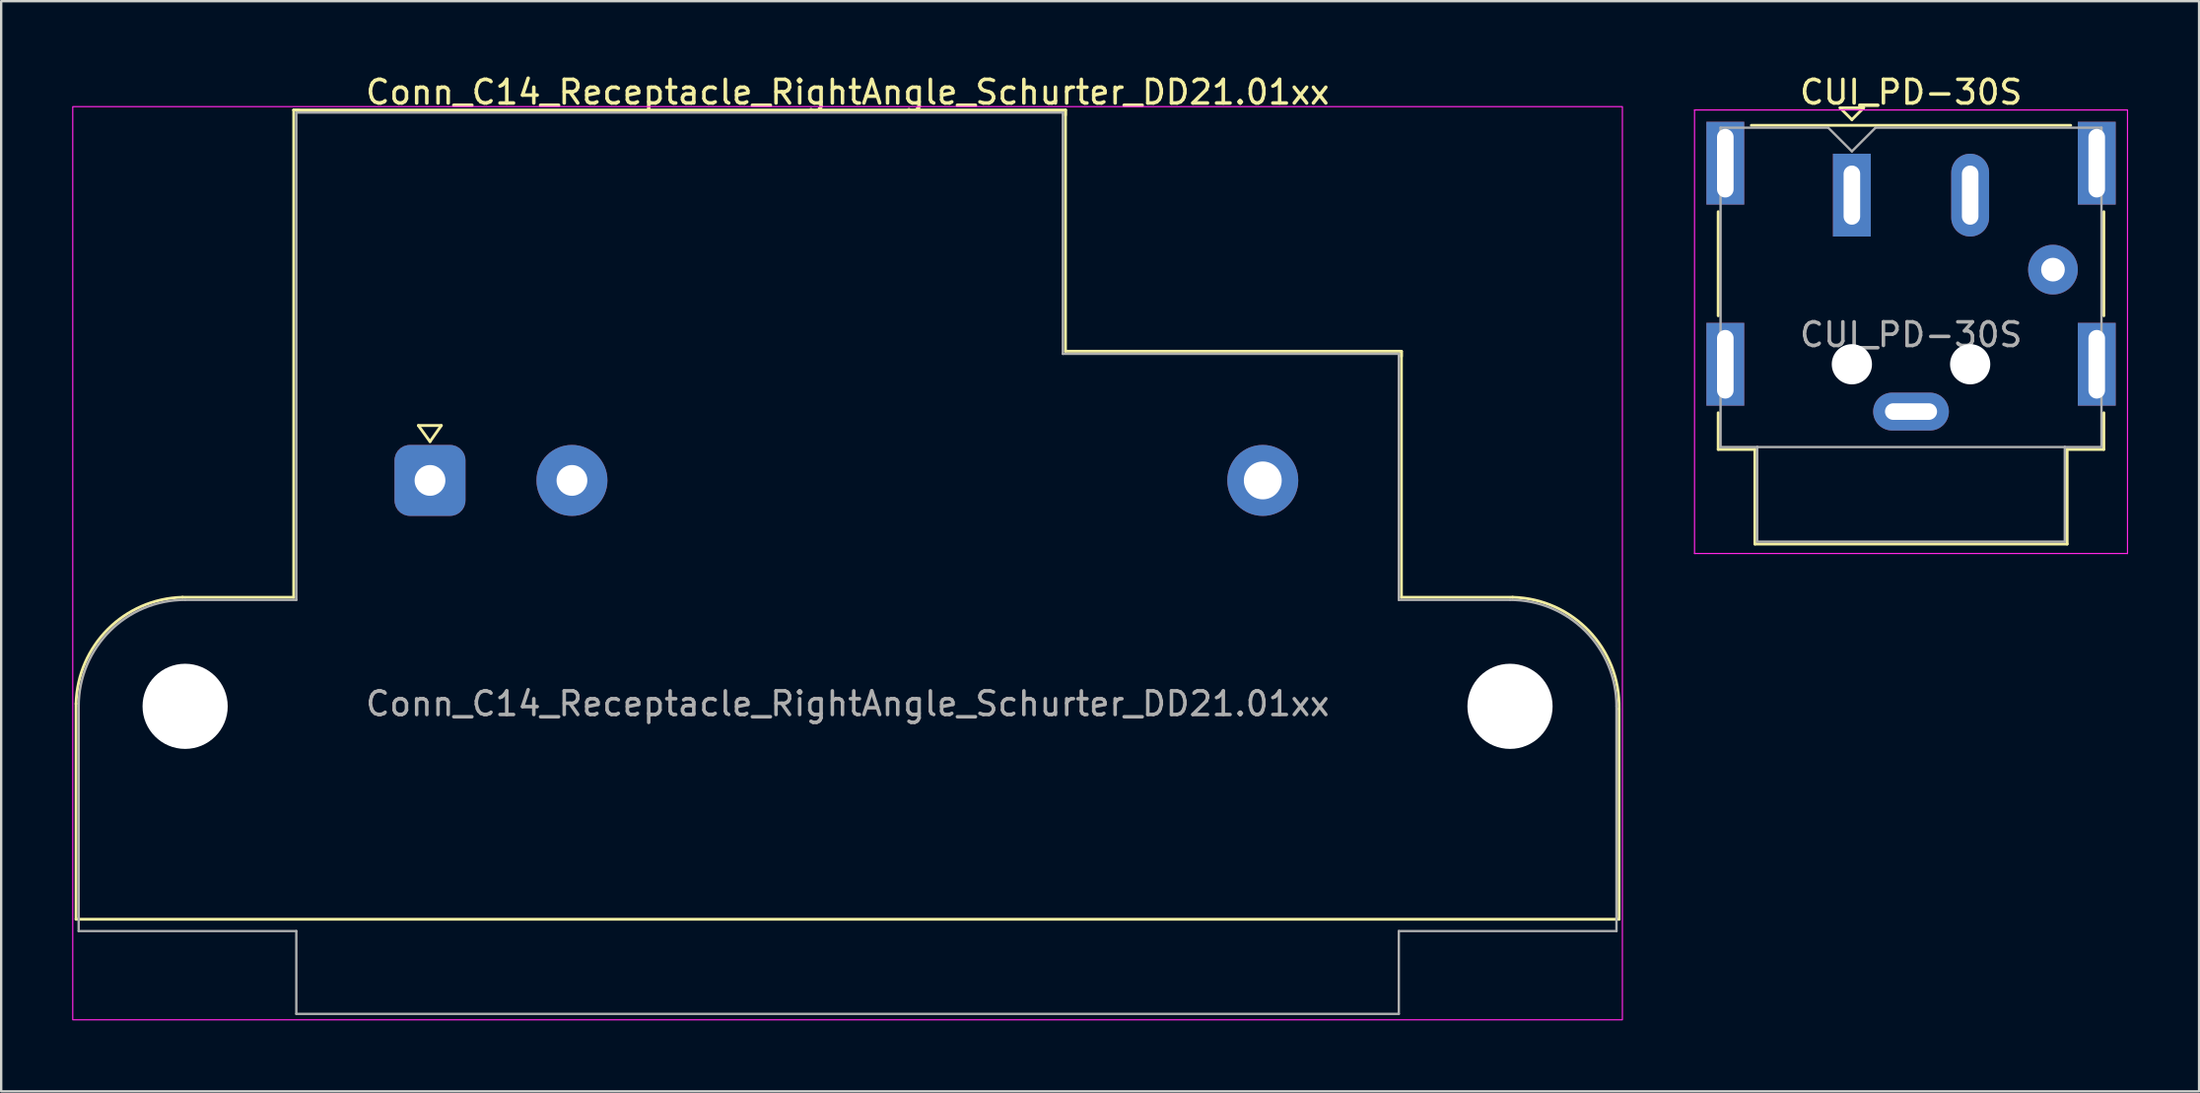
<source format=kicad_pcb>
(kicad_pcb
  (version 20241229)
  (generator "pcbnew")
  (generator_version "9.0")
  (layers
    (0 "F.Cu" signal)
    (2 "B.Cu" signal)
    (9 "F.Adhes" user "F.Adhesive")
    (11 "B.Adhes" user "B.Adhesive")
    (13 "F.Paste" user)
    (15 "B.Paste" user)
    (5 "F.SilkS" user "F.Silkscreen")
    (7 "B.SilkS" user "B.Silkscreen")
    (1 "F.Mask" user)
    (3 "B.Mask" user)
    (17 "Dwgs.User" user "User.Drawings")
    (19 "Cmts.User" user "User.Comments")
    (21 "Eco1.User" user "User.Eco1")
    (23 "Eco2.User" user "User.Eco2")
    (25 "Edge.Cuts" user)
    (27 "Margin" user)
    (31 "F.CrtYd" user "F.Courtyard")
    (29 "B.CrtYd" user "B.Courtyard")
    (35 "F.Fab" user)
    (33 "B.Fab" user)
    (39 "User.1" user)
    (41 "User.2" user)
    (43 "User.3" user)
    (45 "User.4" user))
  (footprint "CUI_PD-30S"
    (layer "F.Cu")
    (at 75.225 5.198)
    (property "Reference" "CUI_PD-30S" (at 2.5 -4.35 0) (layer "F.SilkS") (effects (font (size 1 1) (thickness 0.15))))
    (attr through_hole)
    (fp_line (start -5.65 5.1) (end -5.65 0.7) (stroke (width 0.12) (type solid)) (layer "F.SilkS"))
    (fp_line (start -5.65 10.75) (end -5.65 9.2) (stroke (width 0.12) (type solid)) (layer "F.SilkS"))
    (fp_line (start -4.25 -2.95) (end 9.25 -2.95) (stroke (width 0.12) (type solid)) (layer "F.SilkS"))
    (fp_line (start -4.1 10.75) (end -5.65 10.75) (stroke (width 0.12) (type solid)) (layer "F.SilkS"))
    (fp_line (start -4.1 14.75) (end -4.1 10.75) (stroke (width 0.12) (type solid)) (layer "F.SilkS"))
    (fp_line (start -0.5 -3.69) (end 0.5 -3.69) (stroke (width 0.12) (type solid)) (layer "F.SilkS"))
    (fp_line (start 0 -3.19) (end -0.5 -3.69) (stroke (width 0.12) (type solid)) (layer "F.SilkS"))
    (fp_line (start 0.5 -3.69) (end 0 -3.19) (stroke (width 0.12) (type solid)) (layer "F.SilkS"))
    (fp_line (start 9.1 10.75) (end 9.1 14.75) (stroke (width 0.12) (type solid)) (layer "F.SilkS"))
    (fp_line (start 9.1 14.75) (end -4.1 14.75) (stroke (width 0.12) (type solid)) (layer "F.SilkS"))
    (fp_line (start 10.65 0.7) (end 10.65 5.1) (stroke (width 0.12) (type solid)) (layer "F.SilkS"))
    (fp_line (start 10.65 9.2) (end 10.65 10.75) (stroke (width 0.12) (type solid)) (layer "F.SilkS"))
    (fp_line (start 10.65 10.75) (end 9.1 10.75) (stroke (width 0.12) (type solid)) (layer "F.SilkS"))
    (fp_line (start -6.65 -3.6) (end 11.65 -3.6) (stroke (width 0.05) (type solid)) (layer "F.CrtYd"))
    (fp_line (start -6.65 15.15) (end -6.65 -3.6) (stroke (width 0.05) (type solid)) (layer "F.CrtYd"))
    (fp_line (start 11.65 -3.6) (end 11.65 15.15) (stroke (width 0.05) (type solid)) (layer "F.CrtYd"))
    (fp_line (start 11.65 15.15) (end -6.65 15.15) (stroke (width 0.05) (type solid)) (layer "F.CrtYd"))
    (fp_line (start -5.55 -2.85) (end -1 -2.85) (stroke (width 0.1) (type solid)) (layer "F.Fab"))
    (fp_line (start -5.55 10.65) (end -5.55 -2.85) (stroke (width 0.1) (type solid)) (layer "F.Fab"))
    (fp_line (start -4 10.65) (end -5.55 10.65) (stroke (width 0.1) (type solid)) (layer "F.Fab"))
    (fp_line (start -4 10.65) (end 9 10.65) (stroke (width 0.1) (type solid)) (layer "F.Fab"))
    (fp_line (start -4 14.65) (end -4 10.65) (stroke (width 0.1) (type solid)) (layer "F.Fab"))
    (fp_line (start -1 -2.85) (end 0 -1.85) (stroke (width 0.1) (type solid)) (layer "F.Fab"))
    (fp_line (start 0 -1.85) (end 1 -2.85) (stroke (width 0.1) (type solid)) (layer "F.Fab"))
    (fp_line (start 1 -2.85) (end 10.55 -2.85) (stroke (width 0.1) (type solid)) (layer "F.Fab"))
    (fp_line (start 9 10.65) (end 9 14.65) (stroke (width 0.1) (type solid)) (layer "F.Fab"))
    (fp_line (start 9 14.65) (end -4 14.65) (stroke (width 0.1) (type solid)) (layer "F.Fab"))
    (fp_line (start 10.55 -2.85) (end 10.55 10.65) (stroke (width 0.1) (type solid)) (layer "F.Fab"))
    (fp_line (start 10.55 10.65) (end 9 10.65) (stroke (width 0.1) (type solid)) (layer "F.Fab"))
    (fp_text user "${REFERENCE}" (at 2.5 5.9 0) (layer "F.Fab") (effects (font (size 1 1) (thickness 0.15))))
    (pad "" np_thru_hole circle (at 0 7.15) (size 1.7 1.7) (drill 1.7) (layers "*.Cu" "*.Mask"))
    (pad "" np_thru_hole circle (at 5 7.15) (size 1.7 1.7) (drill 1.7) (layers "*.Cu" "*.Mask"))
    (pad "1" thru_hole rect (at 0 0) (size 1.6 3.5) (drill oval 0.7 2.5) (layers "*.Cu" "*.Mask"))
    (pad "2" thru_hole oval (at 5 0) (size 1.6 3.5) (drill oval 0.7 2.5) (layers "*.Cu" "*.Mask"))
    (pad "3" thru_hole circle (at 8.5 3.15) (size 2.1 2.1) (drill 1) (layers "*.Cu" "*.Mask"))
    (pad "4" thru_hole oval (at 2.5 9.15) (size 3.2 1.6) (drill oval 2.2 0.7) (layers "*.Cu" "*.Mask"))
    (pad "SH" thru_hole rect (at -5.35 -1.35) (size 1.6 3.5) (drill oval 0.7 2.9) (layers "*.Cu" "*.Mask"))
    (pad "SH" thru_hole rect (at -5.35 7.15) (size 1.6 3.5) (drill oval 0.7 2.9) (layers "*.Cu" "*.Mask"))
    (pad "SH" thru_hole rect (at 10.35 -1.35) (size 1.6 3.5) (drill oval 0.7 2.9) (layers "*.Cu" "*.Mask"))
    (pad "SH" thru_hole rect (at 10.35 7.15) (size 1.6 3.5) (drill oval 0.7 2.9) (layers "*.Cu" "*.Mask")))
  (footprint "Conn_C14_Receptacle_RightAngle_Schurter_DD21.01xx"
    (layer "F.Cu")
    (at 15.125 17.258)
    (property "Reference" "Conn_C14_Receptacle_RightAngle_Schurter_DD21.01xx" (at 17.65 -16.41 0) (unlocked yes) (layer "F.SilkS") (effects (font (size 1 1) (thickness 0.15))))
    (attr through_hole)
    (fp_line (start -14.96 9.44) (end -14.96 18.55) (stroke (width 0.12) (type solid)) (layer "F.SilkS"))
    (fp_line (start -14.96 18.55) (end 50.26 18.55) (stroke (width 0.12) (type solid)) (layer "F.SilkS"))
    (fp_line (start -10.46 4.94) (end -5.76 4.94) (stroke (width 0.12) (type solid)) (layer "F.SilkS"))
    (fp_line (start -5.76 -15.66) (end -5.76 4.94) (stroke (width 0.12) (type default)) (layer "F.SilkS"))
    (fp_line (start -5.54 -15.66) (end -5.76 -15.66) (stroke (width 0.12) (type default)) (layer "F.SilkS"))
    (fp_line (start -0.492 -2.321) (end 0.479 -2.321) (stroke (width 0.12) (type solid)) (layer "F.SilkS"))
    (fp_line (start 0.000348 -1.641) (end -0.492 -2.321) (stroke (width 0.12) (type solid)) (layer "F.SilkS"))
    (fp_line (start 0.479 -2.321) (end 0.000348 -1.641) (stroke (width 0.12) (type solid)) (layer "F.SilkS"))
    (fp_line (start 26.86 -15.66) (end -5.76 -15.66) (stroke (width 0.12) (type default)) (layer "F.SilkS"))
    (fp_line (start 26.86 -15.44) (end 26.86 -15.66) (stroke (width 0.12) (type default)) (layer "F.SilkS"))
    (fp_line (start 26.86 -5.46) (end 26.86 -15.66) (stroke (width 0.12) (type solid)) (layer "F.SilkS"))
    (fp_line (start 41.06 -5.46) (end 26.86 -5.46) (stroke (width 0.12) (type default)) (layer "F.SilkS"))
    (fp_line (start 41.06 -5.24) (end 41.06 -5.46) (stroke (width 0.12) (type default)) (layer "F.SilkS"))
    (fp_line (start 41.06 4.94) (end 41.06 -5.46) (stroke (width 0.12) (type solid)) (layer "F.SilkS"))
    (fp_line (start 45.76 4.94) (end 41.06 4.94) (stroke (width 0.12) (type default)) (layer "F.SilkS"))
    (fp_line (start 50.26 18.55) (end 50.26 9.66) (stroke (width 0.12) (type solid)) (layer "F.SilkS"))
    (fp_arc (start -14.96 9.440005) (mid -13.610691 6.289309) (end -10.459995 4.94) (stroke (width 0.12) (type default)) (layer "F.SilkS"))
    (fp_arc (start 45.76 4.940001) (mid 48.98754 6.368017) (end 50.259999 9.659991) (stroke (width 0.12) (type default)) (layer "F.SilkS"))
    (fp_rect (start -15.1 -15.8) (end 50.4 22.8) (stroke (width 0.05) (type solid)) (fill no) (layer "F.CrtYd"))
    (fp_line (start -14.85 19.05) (end -14.85 9.55) (stroke (width 0.1) (type default)) (layer "F.Fab"))
    (fp_line (start -10.35 5.05) (end -5.65 5.05) (stroke (width 0.1) (type default)) (layer "F.Fab"))
    (fp_line (start -5.65 -15.55) (end 26.75 -15.55) (stroke (width 0.1) (type solid)) (layer "F.Fab"))
    (fp_line (start -5.65 5.05) (end -5.65 -15.55) (stroke (width 0.1) (type default)) (layer "F.Fab"))
    (fp_line (start -5.65 19.05) (end -14.85 19.05) (stroke (width 0.1) (type default)) (layer "F.Fab"))
    (fp_line (start -5.65 19.05) (end -5.65 22.55) (stroke (width 0.1) (type default)) (layer "F.Fab"))
    (fp_line (start 26.75 -5.35) (end 26.75 -15.55) (stroke (width 0.1) (type solid)) (layer "F.Fab"))
    (fp_line (start 40.95 -5.35) (end 26.75 -5.35) (stroke (width 0.1) (type default)) (layer "F.Fab"))
    (fp_line (start 40.95 5.05) (end 40.95 -5.35) (stroke (width 0.1) (type default)) (layer "F.Fab"))
    (fp_line (start 40.95 19.05) (end 40.95 22.55) (stroke (width 0.1) (type default)) (layer "F.Fab"))
    (fp_line (start 40.95 19.05) (end 50.15 19.05) (stroke (width 0.1) (type default)) (layer "F.Fab"))
    (fp_line (start 40.95 22.55) (end -5.65 22.55) (stroke (width 0.1) (type default)) (layer "F.Fab"))
    (fp_line (start 45.65 5.05) (end 40.95 5.05) (stroke (width 0.1) (type default)) (layer "F.Fab"))
    (fp_line (start 50.15 19.05) (end 50.15 9.55) (stroke (width 0.1) (type default)) (layer "F.Fab"))
    (fp_arc (start -14.85 9.55) (mid -13.531981 6.368019) (end -10.35 5.05) (stroke (width 0.1) (type default)) (layer "F.Fab"))
    (fp_arc (start 45.65 5.05) (mid 48.831981 6.368019) (end 50.15 9.55) (stroke (width 0.1) (type default)) (layer "F.Fab"))
    (fp_text user "${REFERENCE}" (at 17.65 9.44 0) (unlocked yes) (layer "F.Fab") (effects (font (size 1 1) (thickness 0.15))))
    (pad "" np_thru_hole circle (at -10.35 9.55) (size 3.6 3.6) (drill 3.6) (layers "*.Cu"))
    (pad "" np_thru_hole circle (at 45.65 9.55) (size 3.6 3.6) (drill 3.6) (layers "*.Cu"))
    (pad "1" thru_hole roundrect (at 0 0) (size 3 3) (drill 1.3) (layers "*.Cu" "*.Mask") (roundrect_rratio 0.217))
    (pad "2" thru_hole circle (at 6 0) (size 3 3) (drill 1.3) (layers "*.Cu" "*.Mask"))
    (pad "3" thru_hole circle (at 35.2 0) (size 3 3) (drill 1.6) (layers "*.Cu" "*.Mask")))
  (gr_rect
    (start -3 -3)
    (end 89.9 43.083)
    (stroke (width 0.1) (type default))
    (fill no)
    (layer "Edge.Cuts")))
</source>
